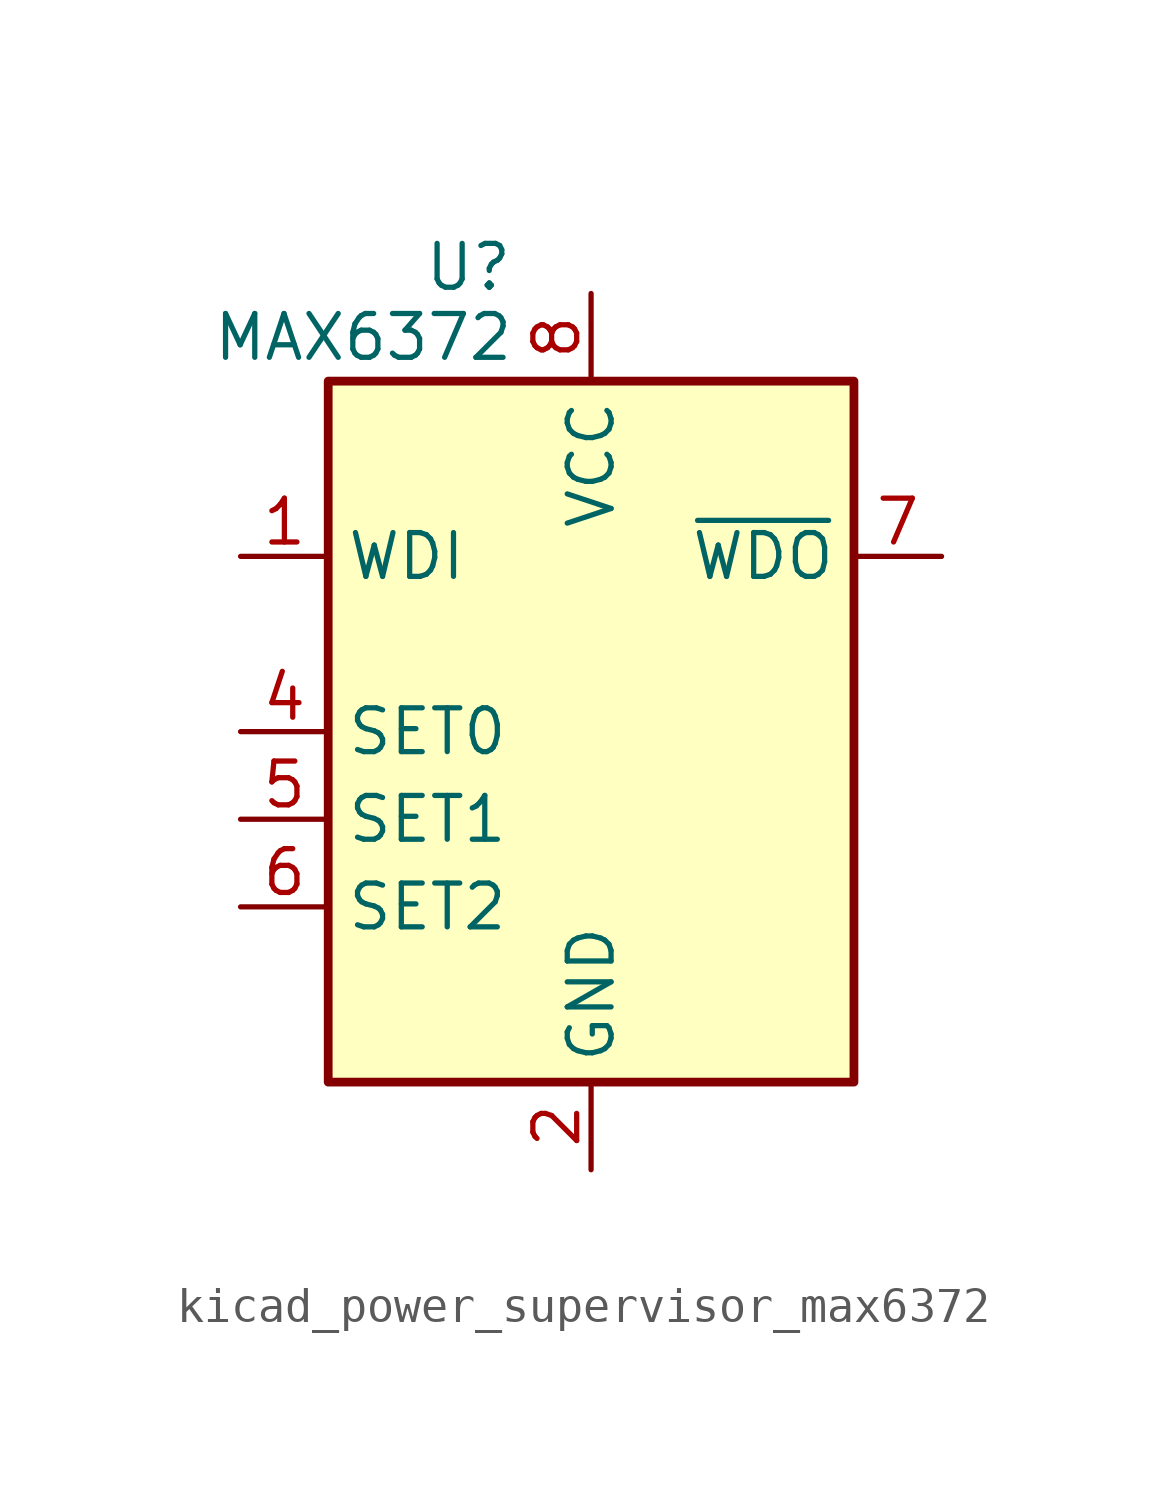
<source format=kicad_sym>
(kicad_symbol_lib
  (version 20220914)
  (generator kicad_symbol_editor)
  (symbol "kicad_power_supervisor_max6372"
    (property "Reference" "U"
      (at -3.556 13.462 0)
      (effects (font (size 1.27 1.27))))
    (property "Value" "MAX6372"
      (at -6.604 11.43 0)
      (effects (font (size 1.27 1.27))))
    (symbol "kicad_power_supervisor_max6372_0_1"
      (rectangle (start -7.62 10.16) (end 7.62 -10.16) (stroke (width 0.254) (type default)) (fill (type background))))
    (symbol "kicad_power_supervisor_max6372_1_1"
      (pin input line (at -10.16 5.08 0) (length 2.54) (name "WDI" (effects (font (size 1.27 1.27)))) (number "1" (effects (font (size 1.27 1.27)))))
      (pin power_in line (at 0 -12.7 90) (length 2.54) (name "GND" (effects (font (size 1.27 1.27)))) (number "2" (effects (font (size 1.27 1.27)))))
      (pin no_connect line (at 7.62 -5.08 180) (length 2.54) hide (name "NC" (effects (font (size 1.27 1.27)))) (number "3" (effects (font (size 1.27 1.27)))))
      (pin input line (at -10.16 0 0) (length 2.54) (name "SET0" (effects (font (size 1.27 1.27)))) (number "4" (effects (font (size 1.27 1.27)))))
      (pin input line (at -10.16 -2.54 0) (length 2.54) (name "SET1" (effects (font (size 1.27 1.27)))) (number "5" (effects (font (size 1.27 1.27)))))
      (pin input line (at -10.16 -5.08 0) (length 2.54) (name "SET2" (effects (font (size 1.27 1.27)))) (number "6" (effects (font (size 1.27 1.27)))))
      (pin output line (at 10.16 5.08 180) (length 2.54) (name "~{WDO}" (effects (font (size 1.27 1.27)))) (number "7" (effects (font (size 1.27 1.27)))))
      (pin power_in line (at 0 12.7 270) (length 2.54) (name "VCC" (effects (font (size 1.27 1.27)))) (number "8" (effects (font (size 1.27 1.27))))))))
</source>
